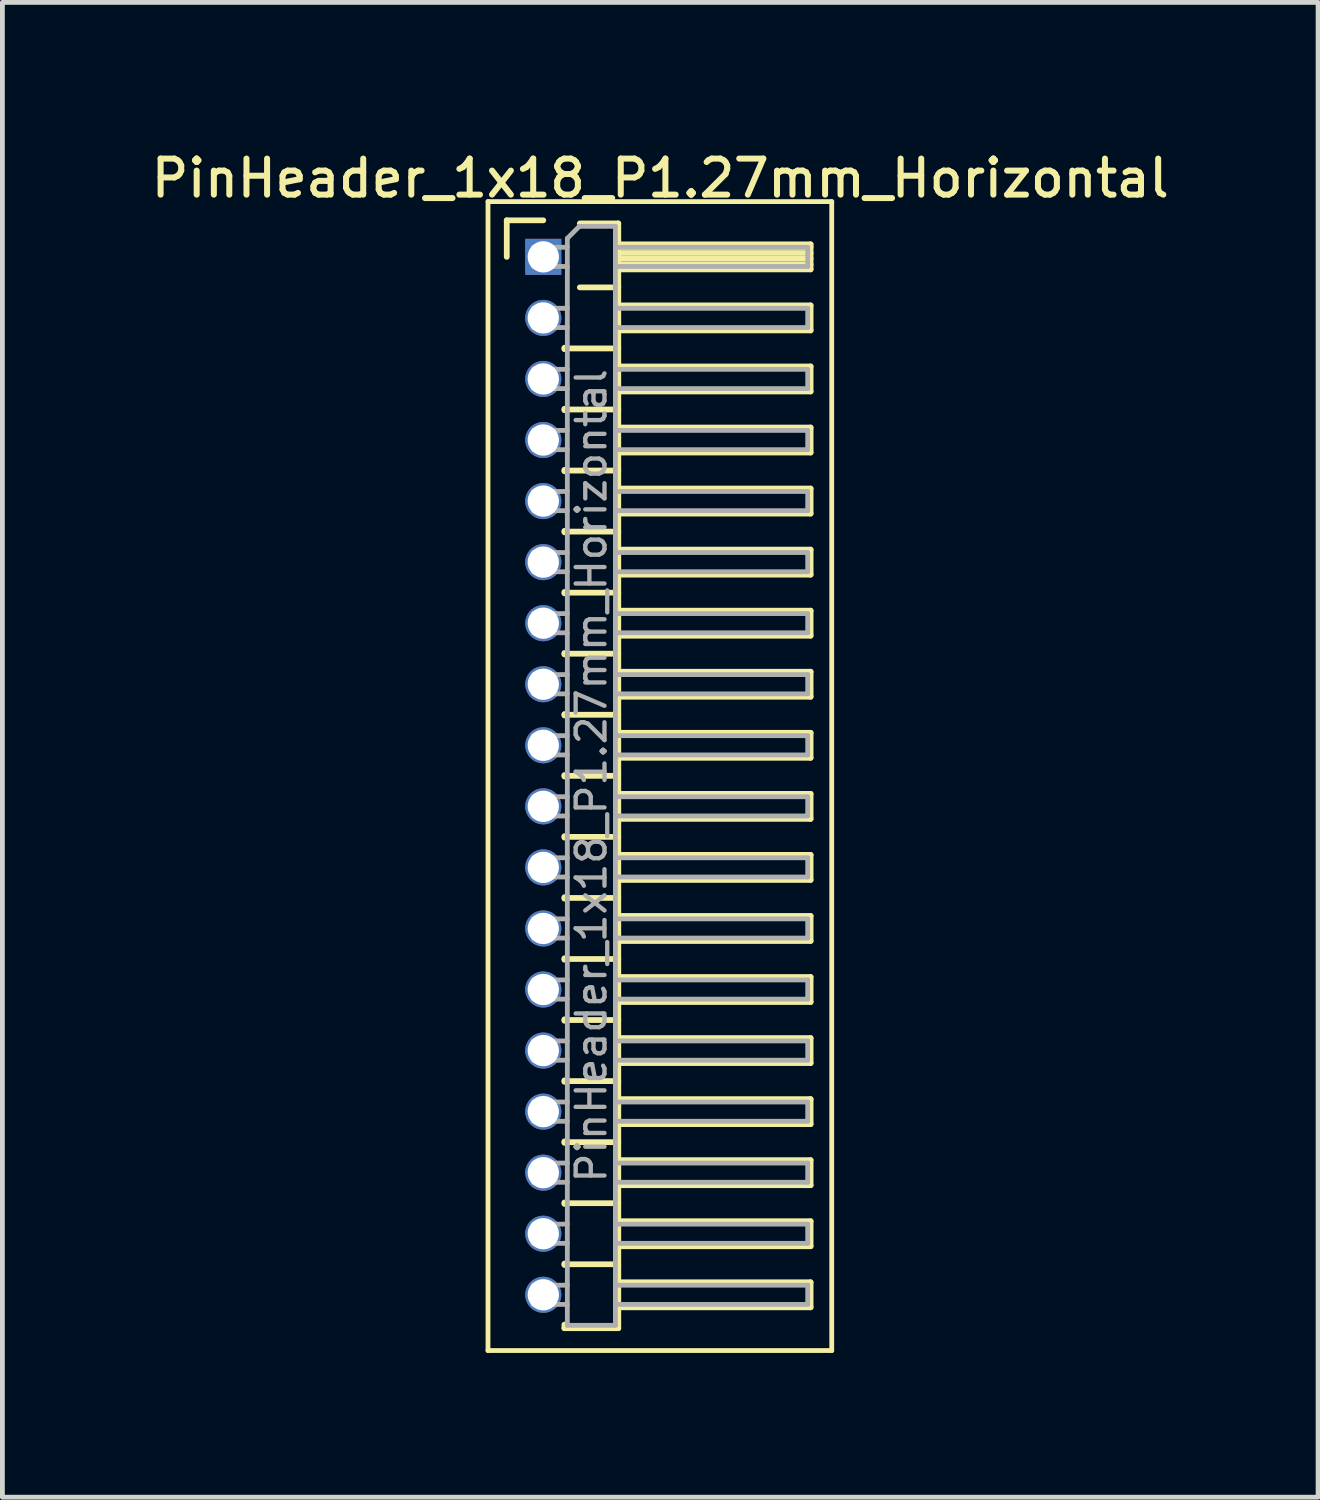
<source format=kicad_pcb>
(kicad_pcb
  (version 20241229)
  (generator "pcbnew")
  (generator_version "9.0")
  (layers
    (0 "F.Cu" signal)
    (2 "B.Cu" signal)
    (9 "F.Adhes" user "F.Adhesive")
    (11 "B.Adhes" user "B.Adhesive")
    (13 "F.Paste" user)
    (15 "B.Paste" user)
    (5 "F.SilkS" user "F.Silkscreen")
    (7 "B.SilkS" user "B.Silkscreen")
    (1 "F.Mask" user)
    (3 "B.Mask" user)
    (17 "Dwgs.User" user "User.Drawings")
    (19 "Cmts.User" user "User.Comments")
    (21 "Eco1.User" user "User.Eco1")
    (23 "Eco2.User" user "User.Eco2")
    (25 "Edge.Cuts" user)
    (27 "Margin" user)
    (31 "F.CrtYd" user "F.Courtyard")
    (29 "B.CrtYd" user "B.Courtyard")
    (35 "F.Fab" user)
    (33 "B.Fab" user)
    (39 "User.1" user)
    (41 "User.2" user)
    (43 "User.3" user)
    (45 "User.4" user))
  (footprint "PinHeader_1x18_P1.27mm_Horizontal"
    (layer "F.Cu")
    (at 8.251 2.293)
    (property "Reference" "PinHeader_1x18_P1.27mm_Horizontal" (at 2.433 -1.635 0) (layer "F.SilkS") (effects (font (size 0.75 0.75) (thickness 0.125))))
    (attr through_hole)
    (fp_line (start -1.15 -1.15) (end -1.15 22.75) (stroke (width 0.1) (type solid)) (layer "F.SilkS"))
    (fp_line (start -1.15 22.75) (end 6 22.75) (stroke (width 0.1) (type solid)) (layer "F.SilkS"))
    (fp_line (start -0.76 -0.76) (end 0 -0.76) (stroke (width 0.12) (type solid)) (layer "F.SilkS"))
    (fp_line (start -0.76 0) (end -0.76 -0.76) (stroke (width 0.12) (type solid)) (layer "F.SilkS"))
    (fp_line (start 0.44 1.89) (end 0.44 1.92) (stroke (width 0.12) (type solid)) (layer "F.SilkS"))
    (fp_line (start 0.44 1.905) (end 1.56 1.905) (stroke (width 0.12) (type solid)) (layer "F.SilkS"))
    (fp_line (start 0.44 3.16) (end 0.44 3.19) (stroke (width 0.12) (type solid)) (layer "F.SilkS"))
    (fp_line (start 0.44 3.175) (end 1.56 3.175) (stroke (width 0.12) (type solid)) (layer "F.SilkS"))
    (fp_line (start 0.44 4.43) (end 0.44 4.46) (stroke (width 0.12) (type solid)) (layer "F.SilkS"))
    (fp_line (start 0.44 4.445) (end 1.56 4.445) (stroke (width 0.12) (type solid)) (layer "F.SilkS"))
    (fp_line (start 0.44 5.7) (end 0.44 5.73) (stroke (width 0.12) (type solid)) (layer "F.SilkS"))
    (fp_line (start 0.44 5.715) (end 1.56 5.715) (stroke (width 0.12) (type solid)) (layer "F.SilkS"))
    (fp_line (start 0.44 6.97) (end 0.44 7) (stroke (width 0.12) (type solid)) (layer "F.SilkS"))
    (fp_line (start 0.44 6.985) (end 1.56 6.985) (stroke (width 0.12) (type solid)) (layer "F.SilkS"))
    (fp_line (start 0.44 8.24) (end 0.44 8.27) (stroke (width 0.12) (type solid)) (layer "F.SilkS"))
    (fp_line (start 0.44 8.255) (end 1.56 8.255) (stroke (width 0.12) (type solid)) (layer "F.SilkS"))
    (fp_line (start 0.44 9.51) (end 0.44 9.54) (stroke (width 0.12) (type solid)) (layer "F.SilkS"))
    (fp_line (start 0.44 9.525) (end 1.56 9.525) (stroke (width 0.12) (type solid)) (layer "F.SilkS"))
    (fp_line (start 0.44 10.78) (end 0.44 10.81) (stroke (width 0.12) (type solid)) (layer "F.SilkS"))
    (fp_line (start 0.44 10.795) (end 1.56 10.795) (stroke (width 0.12) (type solid)) (layer "F.SilkS"))
    (fp_line (start 0.44 12.05) (end 0.44 12.08) (stroke (width 0.12) (type solid)) (layer "F.SilkS"))
    (fp_line (start 0.44 12.065) (end 1.56 12.065) (stroke (width 0.12) (type solid)) (layer "F.SilkS"))
    (fp_line (start 0.44 13.32) (end 0.44 13.35) (stroke (width 0.12) (type solid)) (layer "F.SilkS"))
    (fp_line (start 0.44 13.335) (end 1.56 13.335) (stroke (width 0.12) (type solid)) (layer "F.SilkS"))
    (fp_line (start 0.44 14.59) (end 0.44 14.62) (stroke (width 0.12) (type solid)) (layer "F.SilkS"))
    (fp_line (start 0.44 14.605) (end 1.56 14.605) (stroke (width 0.12) (type solid)) (layer "F.SilkS"))
    (fp_line (start 0.44 15.86) (end 0.44 15.89) (stroke (width 0.12) (type solid)) (layer "F.SilkS"))
    (fp_line (start 0.44 15.875) (end 1.56 15.875) (stroke (width 0.12) (type solid)) (layer "F.SilkS"))
    (fp_line (start 0.44 17.13) (end 0.44 17.16) (stroke (width 0.12) (type solid)) (layer "F.SilkS"))
    (fp_line (start 0.44 17.145) (end 1.56 17.145) (stroke (width 0.12) (type solid)) (layer "F.SilkS"))
    (fp_line (start 0.44 18.4) (end 0.44 18.43) (stroke (width 0.12) (type solid)) (layer "F.SilkS"))
    (fp_line (start 0.44 18.415) (end 1.56 18.415) (stroke (width 0.12) (type solid)) (layer "F.SilkS"))
    (fp_line (start 0.44 19.67) (end 0.44 19.7) (stroke (width 0.12) (type solid)) (layer "F.SilkS"))
    (fp_line (start 0.44 19.685) (end 1.56 19.685) (stroke (width 0.12) (type solid)) (layer "F.SilkS"))
    (fp_line (start 0.44 20.94) (end 0.44 20.97) (stroke (width 0.12) (type solid)) (layer "F.SilkS"))
    (fp_line (start 0.44 20.955) (end 1.56 20.955) (stroke (width 0.12) (type solid)) (layer "F.SilkS"))
    (fp_line (start 0.44 22.285) (end 0.44 22.21) (stroke (width 0.12) (type solid)) (layer "F.SilkS"))
    (fp_line (start 0.76 -0.695) (end 1.56 -0.695) (stroke (width 0.12) (type solid)) (layer "F.SilkS"))
    (fp_line (start 0.76 0.635) (end 1.56 0.635) (stroke (width 0.12) (type solid)) (layer "F.SilkS"))
    (fp_line (start 1.56 -0.695) (end 1.56 22.285) (stroke (width 0.12) (type solid)) (layer "F.SilkS"))
    (fp_line (start 1.56 -0.26) (end 5.56 -0.26) (stroke (width 0.12) (type solid)) (layer "F.SilkS"))
    (fp_line (start 1.56 -0.2) (end 5.56 -0.2) (stroke (width 0.12) (type solid)) (layer "F.SilkS"))
    (fp_line (start 1.56 -0.08) (end 5.56 -0.08) (stroke (width 0.12) (type solid)) (layer "F.SilkS"))
    (fp_line (start 1.56 0.04) (end 5.56 0.04) (stroke (width 0.12) (type solid)) (layer "F.SilkS"))
    (fp_line (start 1.56 0.16) (end 5.56 0.16) (stroke (width 0.12) (type solid)) (layer "F.SilkS"))
    (fp_line (start 1.56 1.01) (end 5.56 1.01) (stroke (width 0.12) (type solid)) (layer "F.SilkS"))
    (fp_line (start 1.56 2.28) (end 5.56 2.28) (stroke (width 0.12) (type solid)) (layer "F.SilkS"))
    (fp_line (start 1.56 3.55) (end 5.56 3.55) (stroke (width 0.12) (type solid)) (layer "F.SilkS"))
    (fp_line (start 1.56 4.82) (end 5.56 4.82) (stroke (width 0.12) (type solid)) (layer "F.SilkS"))
    (fp_line (start 1.56 6.09) (end 5.56 6.09) (stroke (width 0.12) (type solid)) (layer "F.SilkS"))
    (fp_line (start 1.56 7.36) (end 5.56 7.36) (stroke (width 0.12) (type solid)) (layer "F.SilkS"))
    (fp_line (start 1.56 8.63) (end 5.56 8.63) (stroke (width 0.12) (type solid)) (layer "F.SilkS"))
    (fp_line (start 1.56 9.9) (end 5.56 9.9) (stroke (width 0.12) (type solid)) (layer "F.SilkS"))
    (fp_line (start 1.56 11.17) (end 5.56 11.17) (stroke (width 0.12) (type solid)) (layer "F.SilkS"))
    (fp_line (start 1.56 12.44) (end 5.56 12.44) (stroke (width 0.12) (type solid)) (layer "F.SilkS"))
    (fp_line (start 1.56 13.71) (end 5.56 13.71) (stroke (width 0.12) (type solid)) (layer "F.SilkS"))
    (fp_line (start 1.56 14.98) (end 5.56 14.98) (stroke (width 0.12) (type solid)) (layer "F.SilkS"))
    (fp_line (start 1.56 16.25) (end 5.56 16.25) (stroke (width 0.12) (type solid)) (layer "F.SilkS"))
    (fp_line (start 1.56 17.52) (end 5.56 17.52) (stroke (width 0.12) (type solid)) (layer "F.SilkS"))
    (fp_line (start 1.56 18.79) (end 5.56 18.79) (stroke (width 0.12) (type solid)) (layer "F.SilkS"))
    (fp_line (start 1.56 20.06) (end 5.56 20.06) (stroke (width 0.12) (type solid)) (layer "F.SilkS"))
    (fp_line (start 1.56 21.33) (end 5.56 21.33) (stroke (width 0.12) (type solid)) (layer "F.SilkS"))
    (fp_line (start 1.56 22.285) (end 0.44 22.285) (stroke (width 0.12) (type solid)) (layer "F.SilkS"))
    (fp_line (start 5.56 -0.26) (end 5.56 0.26) (stroke (width 0.12) (type solid)) (layer "F.SilkS"))
    (fp_line (start 5.56 0.26) (end 1.56 0.26) (stroke (width 0.12) (type solid)) (layer "F.SilkS"))
    (fp_line (start 5.56 1.01) (end 5.56 1.53) (stroke (width 0.12) (type solid)) (layer "F.SilkS"))
    (fp_line (start 5.56 1.53) (end 1.56 1.53) (stroke (width 0.12) (type solid)) (layer "F.SilkS"))
    (fp_line (start 5.56 2.28) (end 5.56 2.8) (stroke (width 0.12) (type solid)) (layer "F.SilkS"))
    (fp_line (start 5.56 2.8) (end 1.56 2.8) (stroke (width 0.12) (type solid)) (layer "F.SilkS"))
    (fp_line (start 5.56 3.55) (end 5.56 4.07) (stroke (width 0.12) (type solid)) (layer "F.SilkS"))
    (fp_line (start 5.56 4.07) (end 1.56 4.07) (stroke (width 0.12) (type solid)) (layer "F.SilkS"))
    (fp_line (start 5.56 4.82) (end 5.56 5.34) (stroke (width 0.12) (type solid)) (layer "F.SilkS"))
    (fp_line (start 5.56 5.34) (end 1.56 5.34) (stroke (width 0.12) (type solid)) (layer "F.SilkS"))
    (fp_line (start 5.56 6.09) (end 5.56 6.61) (stroke (width 0.12) (type solid)) (layer "F.SilkS"))
    (fp_line (start 5.56 6.61) (end 1.56 6.61) (stroke (width 0.12) (type solid)) (layer "F.SilkS"))
    (fp_line (start 5.56 7.36) (end 5.56 7.88) (stroke (width 0.12) (type solid)) (layer "F.SilkS"))
    (fp_line (start 5.56 7.88) (end 1.56 7.88) (stroke (width 0.12) (type solid)) (layer "F.SilkS"))
    (fp_line (start 5.56 8.63) (end 5.56 9.15) (stroke (width 0.12) (type solid)) (layer "F.SilkS"))
    (fp_line (start 5.56 9.15) (end 1.56 9.15) (stroke (width 0.12) (type solid)) (layer "F.SilkS"))
    (fp_line (start 5.56 9.9) (end 5.56 10.42) (stroke (width 0.12) (type solid)) (layer "F.SilkS"))
    (fp_line (start 5.56 10.42) (end 1.56 10.42) (stroke (width 0.12) (type solid)) (layer "F.SilkS"))
    (fp_line (start 5.56 11.17) (end 5.56 11.69) (stroke (width 0.12) (type solid)) (layer "F.SilkS"))
    (fp_line (start 5.56 11.69) (end 1.56 11.69) (stroke (width 0.12) (type solid)) (layer "F.SilkS"))
    (fp_line (start 5.56 12.44) (end 5.56 12.96) (stroke (width 0.12) (type solid)) (layer "F.SilkS"))
    (fp_line (start 5.56 12.96) (end 1.56 12.96) (stroke (width 0.12) (type solid)) (layer "F.SilkS"))
    (fp_line (start 5.56 13.71) (end 5.56 14.23) (stroke (width 0.12) (type solid)) (layer "F.SilkS"))
    (fp_line (start 5.56 14.23) (end 1.56 14.23) (stroke (width 0.12) (type solid)) (layer "F.SilkS"))
    (fp_line (start 5.56 14.98) (end 5.56 15.5) (stroke (width 0.12) (type solid)) (layer "F.SilkS"))
    (fp_line (start 5.56 15.5) (end 1.56 15.5) (stroke (width 0.12) (type solid)) (layer "F.SilkS"))
    (fp_line (start 5.56 16.25) (end 5.56 16.77) (stroke (width 0.12) (type solid)) (layer "F.SilkS"))
    (fp_line (start 5.56 16.77) (end 1.56 16.77) (stroke (width 0.12) (type solid)) (layer "F.SilkS"))
    (fp_line (start 5.56 17.52) (end 5.56 18.04) (stroke (width 0.12) (type solid)) (layer "F.SilkS"))
    (fp_line (start 5.56 18.04) (end 1.56 18.04) (stroke (width 0.12) (type solid)) (layer "F.SilkS"))
    (fp_line (start 5.56 18.79) (end 5.56 19.31) (stroke (width 0.12) (type solid)) (layer "F.SilkS"))
    (fp_line (start 5.56 19.31) (end 1.56 19.31) (stroke (width 0.12) (type solid)) (layer "F.SilkS"))
    (fp_line (start 5.56 20.06) (end 5.56 20.58) (stroke (width 0.12) (type solid)) (layer "F.SilkS"))
    (fp_line (start 5.56 20.58) (end 1.56 20.58) (stroke (width 0.12) (type solid)) (layer "F.SilkS"))
    (fp_line (start 5.56 21.33) (end 5.56 21.85) (stroke (width 0.12) (type solid)) (layer "F.SilkS"))
    (fp_line (start 5.56 21.85) (end 1.56 21.85) (stroke (width 0.12) (type solid)) (layer "F.SilkS"))
    (fp_line (start 6 -1.15) (end -1.15 -1.15) (stroke (width 0.1) (type solid)) (layer "F.SilkS"))
    (fp_line (start 6 22.75) (end 6 -1.15) (stroke (width 0.1) (type solid)) (layer "F.SilkS"))
    (fp_line (start -0.2 -0.2) (end -0.2 0.2) (stroke (width 0.1) (type solid)) (layer "F.Fab"))
    (fp_line (start -0.2 -0.2) (end 0.5 -0.2) (stroke (width 0.1) (type solid)) (layer "F.Fab"))
    (fp_line (start -0.2 0.2) (end 0.5 0.2) (stroke (width 0.1) (type solid)) (layer "F.Fab"))
    (fp_line (start -0.2 1.07) (end -0.2 1.47) (stroke (width 0.1) (type solid)) (layer "F.Fab"))
    (fp_line (start -0.2 1.07) (end 0.5 1.07) (stroke (width 0.1) (type solid)) (layer "F.Fab"))
    (fp_line (start -0.2 1.47) (end 0.5 1.47) (stroke (width 0.1) (type solid)) (layer "F.Fab"))
    (fp_line (start -0.2 2.34) (end -0.2 2.74) (stroke (width 0.1) (type solid)) (layer "F.Fab"))
    (fp_line (start -0.2 2.34) (end 0.5 2.34) (stroke (width 0.1) (type solid)) (layer "F.Fab"))
    (fp_line (start -0.2 2.74) (end 0.5 2.74) (stroke (width 0.1) (type solid)) (layer "F.Fab"))
    (fp_line (start -0.2 3.61) (end -0.2 4.01) (stroke (width 0.1) (type solid)) (layer "F.Fab"))
    (fp_line (start -0.2 3.61) (end 0.5 3.61) (stroke (width 0.1) (type solid)) (layer "F.Fab"))
    (fp_line (start -0.2 4.01) (end 0.5 4.01) (stroke (width 0.1) (type solid)) (layer "F.Fab"))
    (fp_line (start -0.2 4.88) (end -0.2 5.28) (stroke (width 0.1) (type solid)) (layer "F.Fab"))
    (fp_line (start -0.2 4.88) (end 0.5 4.88) (stroke (width 0.1) (type solid)) (layer "F.Fab"))
    (fp_line (start -0.2 5.28) (end 0.5 5.28) (stroke (width 0.1) (type solid)) (layer "F.Fab"))
    (fp_line (start -0.2 6.15) (end -0.2 6.55) (stroke (width 0.1) (type solid)) (layer "F.Fab"))
    (fp_line (start -0.2 6.15) (end 0.5 6.15) (stroke (width 0.1) (type solid)) (layer "F.Fab"))
    (fp_line (start -0.2 6.55) (end 0.5 6.55) (stroke (width 0.1) (type solid)) (layer "F.Fab"))
    (fp_line (start -0.2 7.42) (end -0.2 7.82) (stroke (width 0.1) (type solid)) (layer "F.Fab"))
    (fp_line (start -0.2 7.42) (end 0.5 7.42) (stroke (width 0.1) (type solid)) (layer "F.Fab"))
    (fp_line (start -0.2 7.82) (end 0.5 7.82) (stroke (width 0.1) (type solid)) (layer "F.Fab"))
    (fp_line (start -0.2 8.69) (end -0.2 9.09) (stroke (width 0.1) (type solid)) (layer "F.Fab"))
    (fp_line (start -0.2 8.69) (end 0.5 8.69) (stroke (width 0.1) (type solid)) (layer "F.Fab"))
    (fp_line (start -0.2 9.09) (end 0.5 9.09) (stroke (width 0.1) (type solid)) (layer "F.Fab"))
    (fp_line (start -0.2 9.96) (end -0.2 10.36) (stroke (width 0.1) (type solid)) (layer "F.Fab"))
    (fp_line (start -0.2 9.96) (end 0.5 9.96) (stroke (width 0.1) (type solid)) (layer "F.Fab"))
    (fp_line (start -0.2 10.36) (end 0.5 10.36) (stroke (width 0.1) (type solid)) (layer "F.Fab"))
    (fp_line (start -0.2 11.23) (end -0.2 11.63) (stroke (width 0.1) (type solid)) (layer "F.Fab"))
    (fp_line (start -0.2 11.23) (end 0.5 11.23) (stroke (width 0.1) (type solid)) (layer "F.Fab"))
    (fp_line (start -0.2 11.63) (end 0.5 11.63) (stroke (width 0.1) (type solid)) (layer "F.Fab"))
    (fp_line (start -0.2 12.5) (end -0.2 12.9) (stroke (width 0.1) (type solid)) (layer "F.Fab"))
    (fp_line (start -0.2 12.5) (end 0.5 12.5) (stroke (width 0.1) (type solid)) (layer "F.Fab"))
    (fp_line (start -0.2 12.9) (end 0.5 12.9) (stroke (width 0.1) (type solid)) (layer "F.Fab"))
    (fp_line (start -0.2 13.77) (end -0.2 14.17) (stroke (width 0.1) (type solid)) (layer "F.Fab"))
    (fp_line (start -0.2 13.77) (end 0.5 13.77) (stroke (width 0.1) (type solid)) (layer "F.Fab"))
    (fp_line (start -0.2 14.17) (end 0.5 14.17) (stroke (width 0.1) (type solid)) (layer "F.Fab"))
    (fp_line (start -0.2 15.04) (end -0.2 15.44) (stroke (width 0.1) (type solid)) (layer "F.Fab"))
    (fp_line (start -0.2 15.04) (end 0.5 15.04) (stroke (width 0.1) (type solid)) (layer "F.Fab"))
    (fp_line (start -0.2 15.44) (end 0.5 15.44) (stroke (width 0.1) (type solid)) (layer "F.Fab"))
    (fp_line (start -0.2 16.31) (end -0.2 16.71) (stroke (width 0.1) (type solid)) (layer "F.Fab"))
    (fp_line (start -0.2 16.31) (end 0.5 16.31) (stroke (width 0.1) (type solid)) (layer "F.Fab"))
    (fp_line (start -0.2 16.71) (end 0.5 16.71) (stroke (width 0.1) (type solid)) (layer "F.Fab"))
    (fp_line (start -0.2 17.58) (end -0.2 17.98) (stroke (width 0.1) (type solid)) (layer "F.Fab"))
    (fp_line (start -0.2 17.58) (end 0.5 17.58) (stroke (width 0.1) (type solid)) (layer "F.Fab"))
    (fp_line (start -0.2 17.98) (end 0.5 17.98) (stroke (width 0.1) (type solid)) (layer "F.Fab"))
    (fp_line (start -0.2 18.85) (end -0.2 19.25) (stroke (width 0.1) (type solid)) (layer "F.Fab"))
    (fp_line (start -0.2 18.85) (end 0.5 18.85) (stroke (width 0.1) (type solid)) (layer "F.Fab"))
    (fp_line (start -0.2 19.25) (end 0.5 19.25) (stroke (width 0.1) (type solid)) (layer "F.Fab"))
    (fp_line (start -0.2 20.12) (end -0.2 20.52) (stroke (width 0.1) (type solid)) (layer "F.Fab"))
    (fp_line (start -0.2 20.12) (end 0.5 20.12) (stroke (width 0.1) (type solid)) (layer "F.Fab"))
    (fp_line (start -0.2 20.52) (end 0.5 20.52) (stroke (width 0.1) (type solid)) (layer "F.Fab"))
    (fp_line (start -0.2 21.39) (end -0.2 21.79) (stroke (width 0.1) (type solid)) (layer "F.Fab"))
    (fp_line (start -0.2 21.39) (end 0.5 21.39) (stroke (width 0.1) (type solid)) (layer "F.Fab"))
    (fp_line (start -0.2 21.79) (end 0.5 21.79) (stroke (width 0.1) (type solid)) (layer "F.Fab"))
    (fp_line (start 0.5 -0.385) (end 0.75 -0.635) (stroke (width 0.1) (type solid)) (layer "F.Fab"))
    (fp_line (start 0.5 22.225) (end 0.5 -0.385) (stroke (width 0.1) (type solid)) (layer "F.Fab"))
    (fp_line (start 0.75 -0.635) (end 1.5 -0.635) (stroke (width 0.1) (type solid)) (layer "F.Fab"))
    (fp_line (start 1.5 -0.635) (end 1.5 22.225) (stroke (width 0.1) (type solid)) (layer "F.Fab"))
    (fp_line (start 1.5 -0.2) (end 5.5 -0.2) (stroke (width 0.1) (type solid)) (layer "F.Fab"))
    (fp_line (start 1.5 0.2) (end 5.5 0.2) (stroke (width 0.1) (type solid)) (layer "F.Fab"))
    (fp_line (start 1.5 1.07) (end 5.5 1.07) (stroke (width 0.1) (type solid)) (layer "F.Fab"))
    (fp_line (start 1.5 1.47) (end 5.5 1.47) (stroke (width 0.1) (type solid)) (layer "F.Fab"))
    (fp_line (start 1.5 2.34) (end 5.5 2.34) (stroke (width 0.1) (type solid)) (layer "F.Fab"))
    (fp_line (start 1.5 2.74) (end 5.5 2.74) (stroke (width 0.1) (type solid)) (layer "F.Fab"))
    (fp_line (start 1.5 3.61) (end 5.5 3.61) (stroke (width 0.1) (type solid)) (layer "F.Fab"))
    (fp_line (start 1.5 4.01) (end 5.5 4.01) (stroke (width 0.1) (type solid)) (layer "F.Fab"))
    (fp_line (start 1.5 4.88) (end 5.5 4.88) (stroke (width 0.1) (type solid)) (layer "F.Fab"))
    (fp_line (start 1.5 5.28) (end 5.5 5.28) (stroke (width 0.1) (type solid)) (layer "F.Fab"))
    (fp_line (start 1.5 6.15) (end 5.5 6.15) (stroke (width 0.1) (type solid)) (layer "F.Fab"))
    (fp_line (start 1.5 6.55) (end 5.5 6.55) (stroke (width 0.1) (type solid)) (layer "F.Fab"))
    (fp_line (start 1.5 7.42) (end 5.5 7.42) (stroke (width 0.1) (type solid)) (layer "F.Fab"))
    (fp_line (start 1.5 7.82) (end 5.5 7.82) (stroke (width 0.1) (type solid)) (layer "F.Fab"))
    (fp_line (start 1.5 8.69) (end 5.5 8.69) (stroke (width 0.1) (type solid)) (layer "F.Fab"))
    (fp_line (start 1.5 9.09) (end 5.5 9.09) (stroke (width 0.1) (type solid)) (layer "F.Fab"))
    (fp_line (start 1.5 9.96) (end 5.5 9.96) (stroke (width 0.1) (type solid)) (layer "F.Fab"))
    (fp_line (start 1.5 10.36) (end 5.5 10.36) (stroke (width 0.1) (type solid)) (layer "F.Fab"))
    (fp_line (start 1.5 11.23) (end 5.5 11.23) (stroke (width 0.1) (type solid)) (layer "F.Fab"))
    (fp_line (start 1.5 11.63) (end 5.5 11.63) (stroke (width 0.1) (type solid)) (layer "F.Fab"))
    (fp_line (start 1.5 12.5) (end 5.5 12.5) (stroke (width 0.1) (type solid)) (layer "F.Fab"))
    (fp_line (start 1.5 12.9) (end 5.5 12.9) (stroke (width 0.1) (type solid)) (layer "F.Fab"))
    (fp_line (start 1.5 13.77) (end 5.5 13.77) (stroke (width 0.1) (type solid)) (layer "F.Fab"))
    (fp_line (start 1.5 14.17) (end 5.5 14.17) (stroke (width 0.1) (type solid)) (layer "F.Fab"))
    (fp_line (start 1.5 15.04) (end 5.5 15.04) (stroke (width 0.1) (type solid)) (layer "F.Fab"))
    (fp_line (start 1.5 15.44) (end 5.5 15.44) (stroke (width 0.1) (type solid)) (layer "F.Fab"))
    (fp_line (start 1.5 16.31) (end 5.5 16.31) (stroke (width 0.1) (type solid)) (layer "F.Fab"))
    (fp_line (start 1.5 16.71) (end 5.5 16.71) (stroke (width 0.1) (type solid)) (layer "F.Fab"))
    (fp_line (start 1.5 17.58) (end 5.5 17.58) (stroke (width 0.1) (type solid)) (layer "F.Fab"))
    (fp_line (start 1.5 17.98) (end 5.5 17.98) (stroke (width 0.1) (type solid)) (layer "F.Fab"))
    (fp_line (start 1.5 18.85) (end 5.5 18.85) (stroke (width 0.1) (type solid)) (layer "F.Fab"))
    (fp_line (start 1.5 19.25) (end 5.5 19.25) (stroke (width 0.1) (type solid)) (layer "F.Fab"))
    (fp_line (start 1.5 20.12) (end 5.5 20.12) (stroke (width 0.1) (type solid)) (layer "F.Fab"))
    (fp_line (start 1.5 20.52) (end 5.5 20.52) (stroke (width 0.1) (type solid)) (layer "F.Fab"))
    (fp_line (start 1.5 21.39) (end 5.5 21.39) (stroke (width 0.1) (type solid)) (layer "F.Fab"))
    (fp_line (start 1.5 21.79) (end 5.5 21.79) (stroke (width 0.1) (type solid)) (layer "F.Fab"))
    (fp_line (start 1.5 22.225) (end 0.5 22.225) (stroke (width 0.1) (type solid)) (layer "F.Fab"))
    (fp_line (start 5.5 -0.2) (end 5.5 0.2) (stroke (width 0.1) (type solid)) (layer "F.Fab"))
    (fp_line (start 5.5 1.07) (end 5.5 1.47) (stroke (width 0.1) (type solid)) (layer "F.Fab"))
    (fp_line (start 5.5 2.34) (end 5.5 2.74) (stroke (width 0.1) (type solid)) (layer "F.Fab"))
    (fp_line (start 5.5 3.61) (end 5.5 4.01) (stroke (width 0.1) (type solid)) (layer "F.Fab"))
    (fp_line (start 5.5 4.88) (end 5.5 5.28) (stroke (width 0.1) (type solid)) (layer "F.Fab"))
    (fp_line (start 5.5 6.15) (end 5.5 6.55) (stroke (width 0.1) (type solid)) (layer "F.Fab"))
    (fp_line (start 5.5 7.42) (end 5.5 7.82) (stroke (width 0.1) (type solid)) (layer "F.Fab"))
    (fp_line (start 5.5 8.69) (end 5.5 9.09) (stroke (width 0.1) (type solid)) (layer "F.Fab"))
    (fp_line (start 5.5 9.96) (end 5.5 10.36) (stroke (width 0.1) (type solid)) (layer "F.Fab"))
    (fp_line (start 5.5 11.23) (end 5.5 11.63) (stroke (width 0.1) (type solid)) (layer "F.Fab"))
    (fp_line (start 5.5 12.5) (end 5.5 12.9) (stroke (width 0.1) (type solid)) (layer "F.Fab"))
    (fp_line (start 5.5 13.77) (end 5.5 14.17) (stroke (width 0.1) (type solid)) (layer "F.Fab"))
    (fp_line (start 5.5 15.04) (end 5.5 15.44) (stroke (width 0.1) (type solid)) (layer "F.Fab"))
    (fp_line (start 5.5 16.31) (end 5.5 16.71) (stroke (width 0.1) (type solid)) (layer "F.Fab"))
    (fp_line (start 5.5 17.58) (end 5.5 17.98) (stroke (width 0.1) (type solid)) (layer "F.Fab"))
    (fp_line (start 5.5 18.85) (end 5.5 19.25) (stroke (width 0.1) (type solid)) (layer "F.Fab"))
    (fp_line (start 5.5 20.12) (end 5.5 20.52) (stroke (width 0.1) (type solid)) (layer "F.Fab"))
    (fp_line (start 5.5 21.39) (end 5.5 21.79) (stroke (width 0.1) (type solid)) (layer "F.Fab"))
    (fp_text user "${REFERENCE}" (at 1 10.795 90) (layer "F.Fab") (effects (font (size 0.6 0.6) (thickness 0.09))))
    (pad "1" thru_hole rect (at 0 0) (size 0.75 0.75) (drill 0.65) (layers "*.Cu" "*.Mask"))
    (pad "2" thru_hole oval (at 0 1.27) (size 0.75 0.75) (drill 0.65) (layers "*.Cu" "*.Mask"))
    (pad "3" thru_hole oval (at 0 2.54) (size 0.75 0.75) (drill 0.65) (layers "*.Cu" "*.Mask"))
    (pad "4" thru_hole oval (at 0 3.81) (size 0.75 0.75) (drill 0.65) (layers "*.Cu" "*.Mask"))
    (pad "5" thru_hole oval (at 0 5.08) (size 0.75 0.75) (drill 0.65) (layers "*.Cu" "*.Mask"))
    (pad "6" thru_hole oval (at 0 6.35) (size 0.75 0.75) (drill 0.65) (layers "*.Cu" "*.Mask"))
    (pad "7" thru_hole oval (at 0 7.62) (size 0.75 0.75) (drill 0.65) (layers "*.Cu" "*.Mask"))
    (pad "8" thru_hole oval (at 0 8.89) (size 0.75 0.75) (drill 0.65) (layers "*.Cu" "*.Mask"))
    (pad "9" thru_hole oval (at 0 10.16) (size 0.75 0.75) (drill 0.65) (layers "*.Cu" "*.Mask"))
    (pad "10" thru_hole oval (at 0 11.43) (size 0.75 0.75) (drill 0.65) (layers "*.Cu" "*.Mask"))
    (pad "11" thru_hole oval (at 0 12.7) (size 0.75 0.75) (drill 0.65) (layers "*.Cu" "*.Mask"))
    (pad "12" thru_hole oval (at 0 13.97) (size 0.75 0.75) (drill 0.65) (layers "*.Cu" "*.Mask"))
    (pad "13" thru_hole oval (at 0 15.24) (size 0.75 0.75) (drill 0.65) (layers "*.Cu" "*.Mask"))
    (pad "14" thru_hole oval (at 0 16.51) (size 0.75 0.75) (drill 0.65) (layers "*.Cu" "*.Mask"))
    (pad "15" thru_hole oval (at 0 17.78) (size 0.75 0.75) (drill 0.65) (layers "*.Cu" "*.Mask"))
    (pad "16" thru_hole oval (at 0 19.05) (size 0.75 0.75) (drill 0.65) (layers "*.Cu" "*.Mask"))
    (pad "17" thru_hole oval (at 0 20.32) (size 0.75 0.75) (drill 0.65) (layers "*.Cu" "*.Mask"))
    (pad "18" thru_hole oval (at 0 21.59) (size 0.75 0.75) (drill 0.65) (layers "*.Cu" "*.Mask")))
  (gr_rect
    (start -3 -3)
    (end 24.368 28.093)
    (stroke (width 0.1) (type default))
    (fill no)
    (layer "Edge.Cuts")))
</source>
